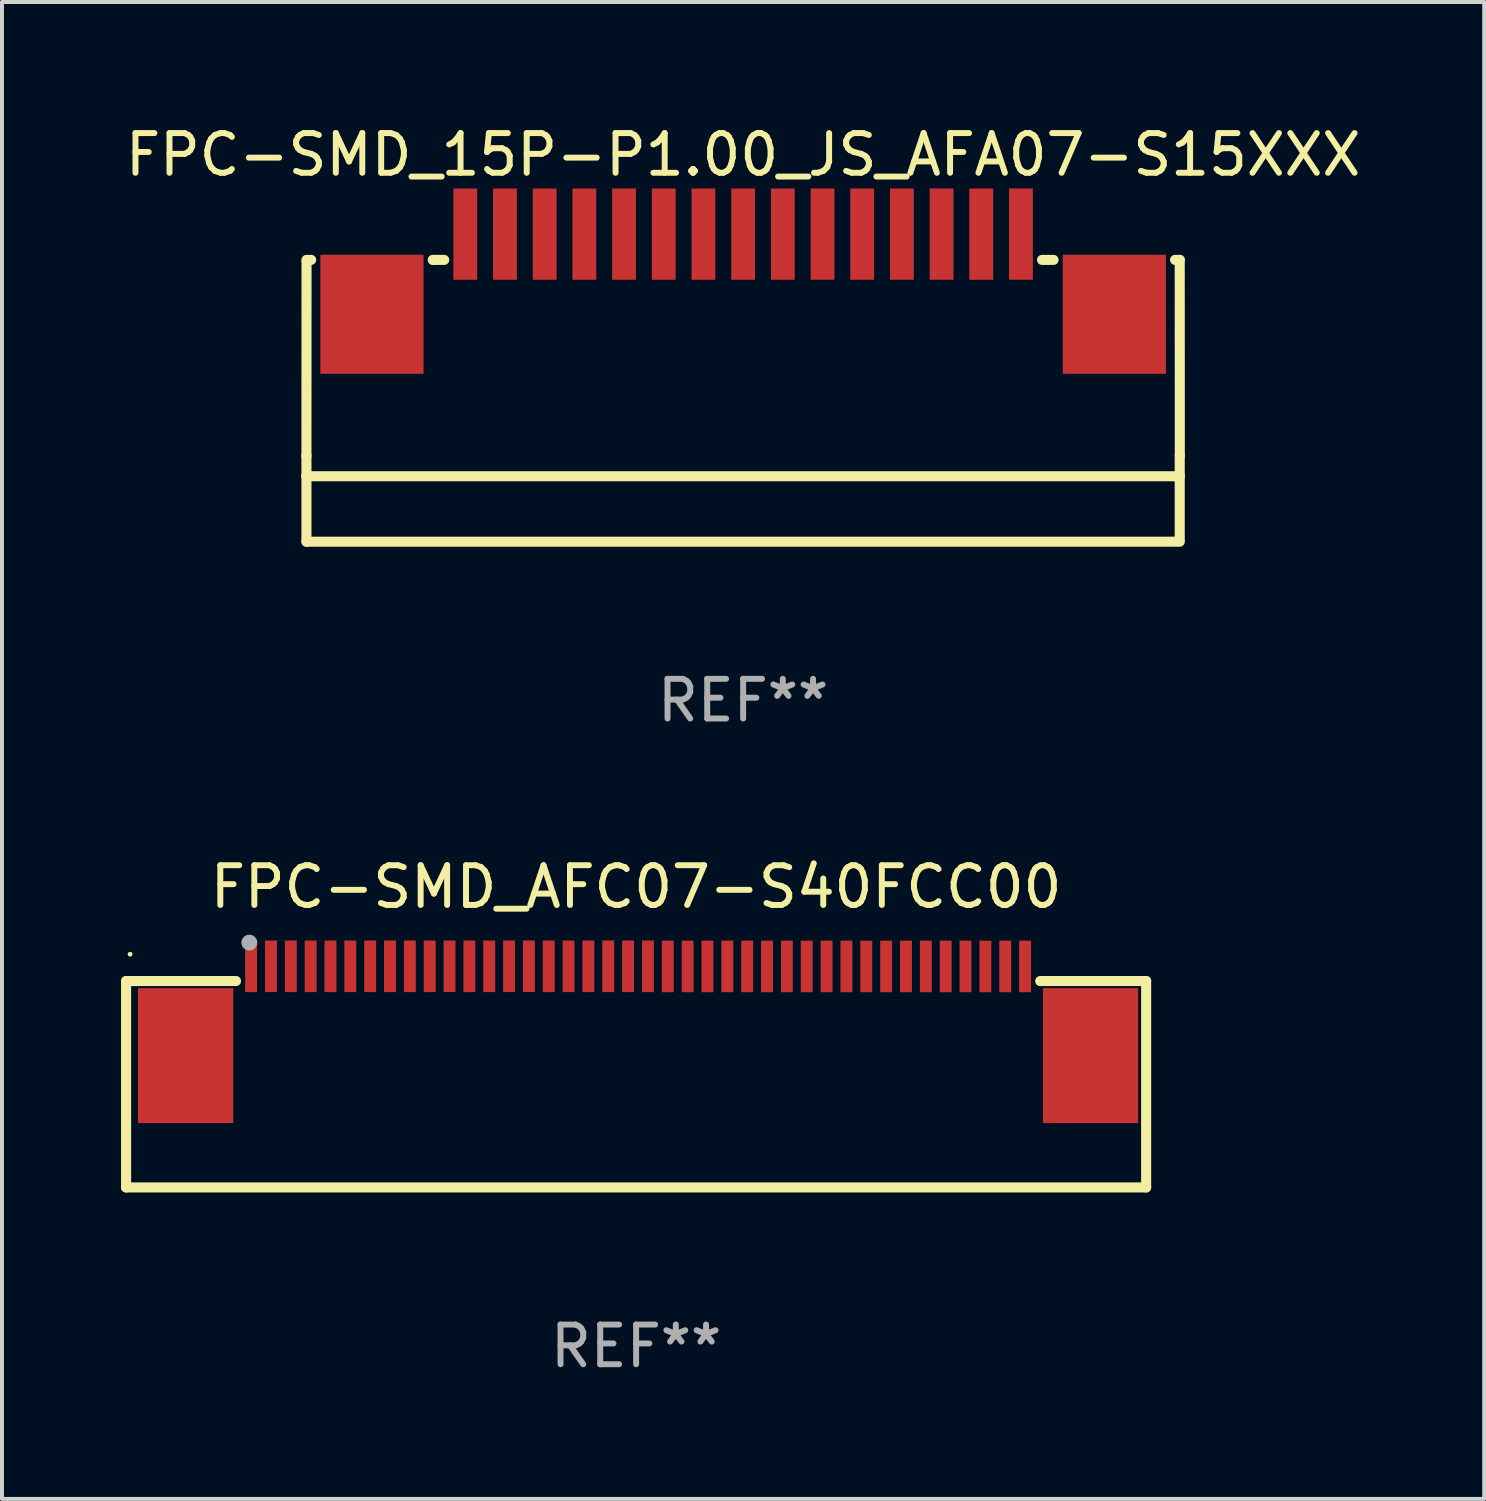
<source format=kicad_pcb>
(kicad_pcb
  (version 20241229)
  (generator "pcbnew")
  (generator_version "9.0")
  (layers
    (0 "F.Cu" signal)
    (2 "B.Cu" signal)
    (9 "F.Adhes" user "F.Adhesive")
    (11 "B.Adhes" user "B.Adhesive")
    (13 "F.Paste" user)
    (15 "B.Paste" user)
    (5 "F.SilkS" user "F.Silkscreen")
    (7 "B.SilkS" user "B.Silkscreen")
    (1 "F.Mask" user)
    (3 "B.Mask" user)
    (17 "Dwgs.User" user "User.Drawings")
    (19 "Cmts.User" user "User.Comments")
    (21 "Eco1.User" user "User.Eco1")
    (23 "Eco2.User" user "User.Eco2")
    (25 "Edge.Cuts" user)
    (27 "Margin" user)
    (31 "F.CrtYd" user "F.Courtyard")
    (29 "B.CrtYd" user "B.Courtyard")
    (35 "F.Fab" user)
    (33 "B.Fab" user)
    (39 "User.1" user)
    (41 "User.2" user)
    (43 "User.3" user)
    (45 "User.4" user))
  (footprint "FPC-SMD_15P-P1.00_JS_AFA07-S15XXX"
    (layer "F.Cu")
    (at 15.673 6.723)
    (property "Reference" "FPC-SMD_15P-P1.00_JS_AFA07-S15XXX" (at 0 -5.875 0) (layer "F.SilkS") (effects (font (size 1 1) (thickness 0.15))))
    (attr through_hole)
    (fp_line (start -11.002 1.708) (end -11.002 2.225) (stroke (width 0.254) (type solid)) (layer "F.SilkS"))
    (fp_line (start -11.002 1.708) (end -11 -3.175) (stroke (width 0.254) (type solid)) (layer "F.SilkS"))
    (fp_line (start -11.002 2.225) (end -11.002 3.875) (stroke (width 0.254) (type solid)) (layer "F.SilkS"))
    (fp_line (start -11.002 2.225) (end 11 2.225) (stroke (width 0.254) (type solid)) (layer "F.SilkS"))
    (fp_line (start -11.002 3.875) (end 11 3.875) (stroke (width 0.254) (type solid)) (layer "F.SilkS"))
    (fp_line (start -10.883 -3.225) (end -11.002 -3.225) (stroke (width 0.254) (type solid)) (layer "F.SilkS"))
    (fp_line (start -7.8 -3.225) (end -7.821 -3.225) (stroke (width 0.254) (type solid)) (layer "F.SilkS"))
    (fp_line (start -7.8 -3.225) (end -7.531 -3.225) (stroke (width 0.254) (type solid)) (layer "F.SilkS"))
    (fp_line (start 7.531 -3.225) (end 7.821 -3.225) (stroke (width 0.254) (type solid)) (layer "F.SilkS"))
    (fp_line (start 10.883 -3.225) (end 11.002 -3.225) (stroke (width 0.254) (type solid)) (layer "F.SilkS"))
    (fp_line (start 11 -3.225) (end 11.002 1.708) (stroke (width 0.254) (type solid)) (layer "F.SilkS"))
    (fp_line (start 11 2.225) (end 11 1.708) (stroke (width 0.254) (type solid)) (layer "F.SilkS"))
    (fp_line (start 11 2.225) (end 11 3.825) (stroke (width 0.254) (type solid)) (layer "F.SilkS"))
    (fp_text user "REF**" (at 0 7.875 0) (layer "F.Fab") (effects (font (size 1 1) (thickness 0.15))))
    (pad "1" smd rect (at -7 -3.874) (size 0.6 2.3) (layers "F.Cu" "F.Mask" "F.Paste"))
    (pad "2" smd rect (at -6 -3.874) (size 0.6 2.3) (layers "F.Cu" "F.Mask" "F.Paste"))
    (pad "3" smd rect (at -5 -3.874) (size 0.6 2.3) (layers "F.Cu" "F.Mask" "F.Paste"))
    (pad "4" smd rect (at -4 -3.874) (size 0.6 2.3) (layers "F.Cu" "F.Mask" "F.Paste"))
    (pad "5" smd rect (at -3 -3.874) (size 0.6 2.3) (layers "F.Cu" "F.Mask" "F.Paste"))
    (pad "6" smd rect (at -2 -3.874) (size 0.6 2.3) (layers "F.Cu" "F.Mask" "F.Paste"))
    (pad "7" smd rect (at -1 -3.874) (size 0.6 2.3) (layers "F.Cu" "F.Mask" "F.Paste"))
    (pad "8" smd rect (at 0.000178 -3.874) (size 0.6 2.3) (layers "F.Cu" "F.Mask" "F.Paste"))
    (pad "9" smd rect (at 1 -3.874) (size 0.6 2.3) (layers "F.Cu" "F.Mask" "F.Paste"))
    (pad "10" smd rect (at 2 -3.875) (size 0.6 2.3) (layers "F.Cu" "F.Mask" "F.Paste"))
    (pad "11" smd rect (at 3 -3.875) (size 0.6 2.3) (layers "F.Cu" "F.Mask" "F.Paste"))
    (pad "12" smd rect (at 4 -3.875) (size 0.6 2.3) (layers "F.Cu" "F.Mask" "F.Paste"))
    (pad "13" smd rect (at 5 -3.875) (size 0.6 2.3) (layers "F.Cu" "F.Mask" "F.Paste"))
    (pad "14" smd rect (at 6 -3.874) (size 0.6 2.3) (layers "F.Cu" "F.Mask" "F.Paste"))
    (pad "15" smd rect (at 7 -3.875) (size 0.6 2.3) (layers "F.Cu" "F.Mask" "F.Paste"))
    (pad "MP" smd rect (at -9.352 -1.855) (size 2.6 3) (layers "F.Cu" "F.Mask" "F.Paste"))
    (pad "MP" smd rect (at 9.352 -1.855) (size 2.6 3) (layers "F.Cu" "F.Mask" "F.Paste")))
  (footprint "FPC-SMD_AFC07-S40FCC00"
    (layer "F.Cu")
    (at 12.977 24.081)
    (property "Reference" "FPC-SMD_AFC07-S40FCC00" (at 0 -4.786 0) (layer "F.SilkS") (effects (font (size 1 1) (thickness 0.15))))
    (attr through_hole)
    (fp_line (start -12.85 -2.414) (end -10.081 -2.414) (stroke (width 0.254) (type solid)) (layer "F.SilkS"))
    (fp_line (start -12.85 2.786) (end -12.85 -2.414) (stroke (width 0.254) (type solid)) (layer "F.SilkS"))
    (fp_line (start 10.181 -2.414) (end 12.85 -2.414) (stroke (width 0.254) (type solid)) (layer "F.SilkS"))
    (fp_line (start 12.85 -2.414) (end 12.85 2.786) (stroke (width 0.254) (type solid)) (layer "F.SilkS"))
    (fp_line (start 12.85 2.786) (end -12.85 2.786) (stroke (width 0.254) (type solid)) (layer "F.SilkS"))
    (fp_circle (center -12.75 -3.089) (end -12.72 -3.089) (stroke (width 0.06) (type solid)) (fill no) (layer "F.SilkS"))
    (fp_circle (center -9.745 -3.382) (end -9.645 -3.382) (stroke (width 0.2) (type solid)) (fill no) (layer "F.Fab"))
    (fp_text user "REF**" (at 0 6.786 0) (layer "F.Fab") (effects (font (size 1 1) (thickness 0.15))))
    (pad "1" smd rect (at -9.7 -2.785 180) (size 0.3 1.3) (layers "F.Cu" "F.Mask" "F.Paste"))
    (pad "2" smd rect (at -9.2 -2.785 180) (size 0.3 1.3) (layers "F.Cu" "F.Mask" "F.Paste"))
    (pad "3" smd rect (at -8.7 -2.785 180) (size 0.3 1.3) (layers "F.Cu" "F.Mask" "F.Paste"))
    (pad "4" smd rect (at -8.2 -2.785 180) (size 0.3 1.3) (layers "F.Cu" "F.Mask" "F.Paste"))
    (pad "5" smd rect (at -7.701 -2.785 180) (size 0.3 1.3) (layers "F.Cu" "F.Mask" "F.Paste"))
    (pad "6" smd rect (at -7.201 -2.785 180) (size 0.3 1.3) (layers "F.Cu" "F.Mask" "F.Paste"))
    (pad "7" smd rect (at -6.701 -2.785 180) (size 0.3 1.3) (layers "F.Cu" "F.Mask" "F.Paste"))
    (pad "8" smd rect (at -6.201 -2.785 180) (size 0.3 1.3) (layers "F.Cu" "F.Mask" "F.Paste"))
    (pad "9" smd rect (at -5.701 -2.785 180) (size 0.3 1.3) (layers "F.Cu" "F.Mask" "F.Paste"))
    (pad "10" smd rect (at -5.201 -2.785 180) (size 0.3 1.3) (layers "F.Cu" "F.Mask" "F.Paste"))
    (pad "11" smd rect (at -4.701 -2.786 180) (size 0.3 1.3) (layers "F.Cu" "F.Mask" "F.Paste"))
    (pad "12" smd rect (at -4.201 -2.785 180) (size 0.3 1.3) (layers "F.Cu" "F.Mask" "F.Paste"))
    (pad "13" smd rect (at -3.701 -2.785 180) (size 0.3 1.3) (layers "F.Cu" "F.Mask" "F.Paste"))
    (pad "14" smd rect (at -3.201 -2.786 180) (size 0.3 1.3) (layers "F.Cu" "F.Mask" "F.Paste"))
    (pad "15" smd rect (at -2.701 -2.786 180) (size 0.3 1.3) (layers "F.Cu" "F.Mask" "F.Paste"))
    (pad "16" smd rect (at -2.201 -2.785 180) (size 0.3 1.3) (layers "F.Cu" "F.Mask" "F.Paste"))
    (pad "17" smd rect (at -1.702 -2.785 180) (size 0.3 1.3) (layers "F.Cu" "F.Mask" "F.Paste"))
    (pad "18" smd rect (at -1.202 -2.785 180) (size 0.3 1.3) (layers "F.Cu" "F.Mask" "F.Paste"))
    (pad "19" smd rect (at -0.702 -2.785 180) (size 0.3 1.3) (layers "F.Cu" "F.Mask" "F.Paste"))
    (pad "20" smd rect (at -0.202 -2.785 180) (size 0.3 1.3) (layers "F.Cu" "F.Mask" "F.Paste"))
    (pad "21" smd rect (at 0.298 -2.785 180) (size 0.3 1.3) (layers "F.Cu" "F.Mask" "F.Paste"))
    (pad "22" smd rect (at 0.798 -2.782 180) (size 0.3 1.3) (layers "F.Cu" "F.Mask" "F.Paste"))
    (pad "23" smd rect (at 1.298 -2.782 180) (size 0.3 1.3) (layers "F.Cu" "F.Mask" "F.Paste"))
    (pad "24" smd rect (at 1.798 -2.782 180) (size 0.3 1.3) (layers "F.Cu" "F.Mask" "F.Paste"))
    (pad "25" smd rect (at 2.298 -2.783 180) (size 0.3 1.3) (layers "F.Cu" "F.Mask" "F.Paste"))
    (pad "26" smd rect (at 2.798 -2.783 180) (size 0.3 1.3) (layers "F.Cu" "F.Mask" "F.Paste"))
    (pad "27" smd rect (at 3.298 -2.782 180) (size 0.3 1.3) (layers "F.Cu" "F.Mask" "F.Paste"))
    (pad "28" smd rect (at 3.798 -2.782 180) (size 0.3 1.3) (layers "F.Cu" "F.Mask" "F.Paste"))
    (pad "29" smd rect (at 4.298 -2.782 180) (size 0.3 1.3) (layers "F.Cu" "F.Mask" "F.Paste"))
    (pad "30" smd rect (at 4.798 -2.782 180) (size 0.3 1.3) (layers "F.Cu" "F.Mask" "F.Paste"))
    (pad "31" smd rect (at 5.299 -2.782 180) (size 0.3 1.3) (layers "F.Cu" "F.Mask" "F.Paste"))
    (pad "32" smd rect (at 5.799 -2.782 180) (size 0.3 1.3) (layers "F.Cu" "F.Mask" "F.Paste"))
    (pad "33" smd rect (at 6.299 -2.782 180) (size 0.3 1.3) (layers "F.Cu" "F.Mask" "F.Paste"))
    (pad "34" smd rect (at 6.799 -2.782 180) (size 0.3 1.3) (layers "F.Cu" "F.Mask" "F.Paste"))
    (pad "35" smd rect (at 7.299 -2.782 180) (size 0.3 1.3) (layers "F.Cu" "F.Mask" "F.Paste"))
    (pad "36" smd rect (at 7.799 -2.782 180) (size 0.3 1.3) (layers "F.Cu" "F.Mask" "F.Paste"))
    (pad "37" smd rect (at 8.299 -2.782 180) (size 0.3 1.3) (layers "F.Cu" "F.Mask" "F.Paste"))
    (pad "38" smd rect (at 8.8 -2.782 180) (size 0.3 1.3) (layers "F.Cu" "F.Mask" "F.Paste"))
    (pad "39" smd rect (at 9.3 -2.782 180) (size 0.3 1.3) (layers "F.Cu" "F.Mask" "F.Paste"))
    (pad "40" smd rect (at 9.8 -2.782 180) (size 0.3 1.3) (layers "F.Cu" "F.Mask" "F.Paste"))
    (pad "41" smd rect (at 11.45 -0.535 180) (size 2.4 3.4) (layers "F.Cu" "F.Mask" "F.Paste"))
    (pad "42" smd rect (at -11.35 -0.535) (size 2.4 3.4) (layers "F.Cu" "F.Mask" "F.Paste")))
  (gr_rect
    (start -3 -3)
    (end 34.345 34.715)
    (stroke (width 0.1) (type default))
    (fill no)
    (layer "Edge.Cuts")))
</source>
